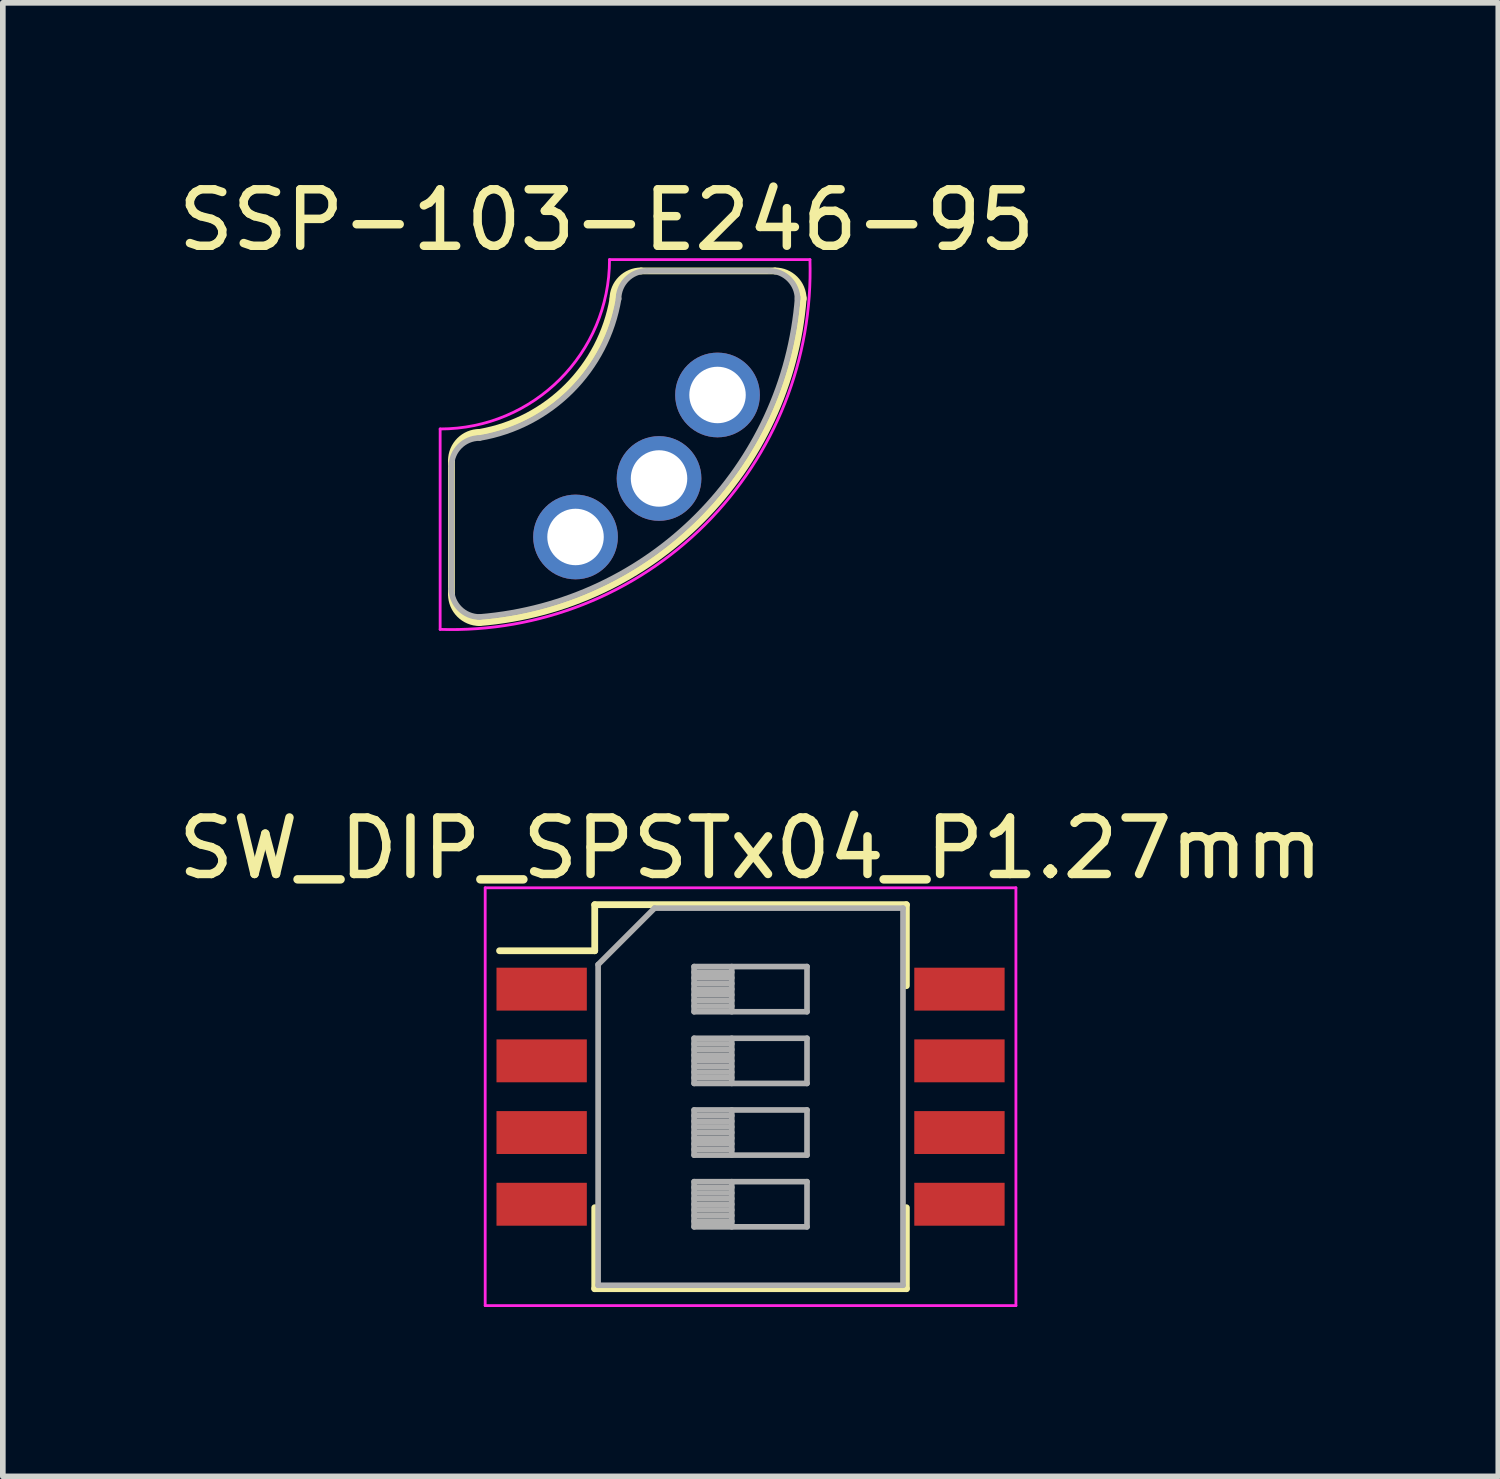
<source format=kicad_pcb>
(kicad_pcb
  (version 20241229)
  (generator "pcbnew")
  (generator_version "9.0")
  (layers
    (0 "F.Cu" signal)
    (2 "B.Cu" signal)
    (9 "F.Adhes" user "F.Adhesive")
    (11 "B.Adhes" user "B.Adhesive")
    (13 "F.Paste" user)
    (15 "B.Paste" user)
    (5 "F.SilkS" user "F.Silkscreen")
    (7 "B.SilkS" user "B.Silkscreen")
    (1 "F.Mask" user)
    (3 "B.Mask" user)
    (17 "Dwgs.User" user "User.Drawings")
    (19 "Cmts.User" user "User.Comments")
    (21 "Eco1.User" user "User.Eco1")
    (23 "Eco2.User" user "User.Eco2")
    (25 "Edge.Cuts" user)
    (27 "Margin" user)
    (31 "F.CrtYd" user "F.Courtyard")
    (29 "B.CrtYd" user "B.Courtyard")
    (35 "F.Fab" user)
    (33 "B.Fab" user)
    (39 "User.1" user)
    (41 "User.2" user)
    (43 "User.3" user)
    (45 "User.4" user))
  (footprint "SSP-103-E246-95"
    (layer "F.Cu")
    (at 4.946 1.748)
    (property "Reference" "SSP-103-E246-95" (at 2.75 -0.9 0) (layer "F.SilkS") (effects (font (size 1 1) (thickness 0.15))))
    (attr through_hole)
    (fp_line (start 0 3.36) (end 0 5.73) (stroke (width 0.12) (type solid)) (layer "F.SilkS"))
    (fp_line (start 5.73 0) (end 3.36 0) (stroke (width 0.12) (type solid)) (layer "F.SilkS"))
    (fp_arc (start 0 3.36) (mid 0.146447 3.006447) (end 0.5 2.86) (stroke (width 0.12) (type solid)) (layer "F.SilkS"))
    (fp_arc (start 0.5 6.23) (mid 0.146447 6.083553) (end 0 5.73) (stroke (width 0.12) (type solid)) (layer "F.SilkS"))
    (fp_arc (start 2.86 0.5) (mid 3.006447 0.146447) (end 3.36 0) (stroke (width 0.12) (type solid)) (layer "F.SilkS"))
    (fp_arc (start 2.86201 0.488363) (mid 2.057169 2.048818) (end 0.5 2.86) (stroke (width 0.12) (type solid)) (layer "F.SilkS"))
    (fp_arc (start 5.73 0) (mid 6.083553 0.146447) (end 6.23 0.5) (stroke (width 0.12) (type solid)) (layer "F.SilkS"))
    (fp_arc (start 6.231516 0.480743) (mid 4.426264 4.412606) (end 0.5 6.23) (stroke (width 0.12) (type solid)) (layer "F.SilkS"))
    (fp_line (start -0.2 2.8) (end -0.2 6.35) (stroke (width 0.05) (type solid)) (layer "F.CrtYd"))
    (fp_line (start 2.8 -0.2) (end 6.35 -0.2) (stroke (width 0.05) (type solid)) (layer "F.CrtYd"))
    (fp_arc (start 2.8 -0.2) (mid 1.92132 1.92132) (end -0.2 2.8) (stroke (width 0.05) (type solid)) (layer "F.CrtYd"))
    (fp_arc (start 6.350027 -0.199115) (mid 4.492041 4.492667) (end -0.199999 6.349999) (stroke (width 0.05) (type solid)) (layer "F.CrtYd"))
    (fp_line (start 0 3.46) (end 0 5.63) (stroke (width 0.1) (type solid)) (layer "F.Fab"))
    (fp_line (start 3.46 0) (end 5.63 0) (stroke (width 0.1) (type solid)) (layer "F.Fab"))
    (fp_arc (start 0 3.46) (mid 0.146447 3.106447) (end 0.5 2.96) (stroke (width 0.1) (type solid)) (layer "F.Fab"))
    (fp_arc (start 0.5 6.13) (mid 0.146447 5.983553) (end 0 5.63) (stroke (width 0.1) (type solid)) (layer "F.Fab"))
    (fp_arc (start 2.96 0.5) (mid 3.106447 0.146447) (end 3.46 0) (stroke (width 0.1) (type solid)) (layer "F.Fab"))
    (fp_arc (start 2.961519 0.490922) (mid 2.125939 2.11943) (end 0.5 2.96) (stroke (width 0.1) (type solid)) (layer "F.Fab"))
    (fp_arc (start 5.63 0) (mid 5.983553 0.146447) (end 6.13 0.5) (stroke (width 0.1) (type solid)) (layer "F.Fab"))
    (fp_arc (start 6.132747 0.465099) (mid 4.36132 4.336565) (end 0.5 6.13) (stroke (width 0.1) (type solid)) (layer "F.Fab"))
    (pad "1" thru_hole circle (at 4.713 2.198) (size 1.5 1.5) (drill 1) (layers "*.Cu" "*.Mask"))
    (pad "2" thru_hole circle (at 3.677 3.677 90) (size 1.5 1.5) (drill 1) (layers "*.Cu" "*.Mask"))
    (pad "3" thru_hole circle (at 2.198 4.713) (size 1.5 1.5) (drill 1) (layers "*.Cu" "*.Mask")))
  (footprint "SW_DIP_SPSTx04_P1.27mm"
    (layer "F.Cu")
    (at 10.244 16.375)
    (property "Reference" "SW_DIP_SPSTx04_P1.27mm" (at 0 -4.4 0) (layer "F.SilkS") (effects (font (size 1 1) (thickness 0.15))))
    (attr smd)
    (fp_line (start -4.446 -2.585) (end -2.76 -2.585) (stroke (width 0.12) (type solid)) (layer "F.SilkS"))
    (fp_line (start -2.76 -3.401) (end -2.76 -2.585) (stroke (width 0.12) (type solid)) (layer "F.SilkS"))
    (fp_line (start -2.76 -3.401) (end 2.76 -3.401) (stroke (width 0.12) (type solid)) (layer "F.SilkS"))
    (fp_line (start -2.76 1.966) (end -2.76 3.401) (stroke (width 0.12) (type solid)) (layer "F.SilkS"))
    (fp_line (start -2.76 3.401) (end 2.76 3.401) (stroke (width 0.12) (type solid)) (layer "F.SilkS"))
    (fp_line (start 2.76 -3.401) (end 2.76 -1.966) (stroke (width 0.12) (type solid)) (layer "F.SilkS"))
    (fp_line (start 2.76 1.966) (end 2.76 3.401) (stroke (width 0.12) (type solid)) (layer "F.SilkS"))
    (fp_line (start -4.7 -3.7) (end -4.7 3.7) (stroke (width 0.05) (type solid)) (layer "F.CrtYd"))
    (fp_line (start -4.7 3.7) (end 4.7 3.7) (stroke (width 0.05) (type solid)) (layer "F.CrtYd"))
    (fp_line (start 4.7 -3.7) (end -4.7 -3.7) (stroke (width 0.05) (type solid)) (layer "F.CrtYd"))
    (fp_line (start 4.7 3.7) (end 4.7 -3.7) (stroke (width 0.05) (type solid)) (layer "F.CrtYd"))
    (fp_line (start -2.7 -2.34) (end -1.7 -3.34) (stroke (width 0.1) (type solid)) (layer "F.Fab"))
    (fp_line (start -2.7 3.34) (end -2.7 -2.34) (stroke (width 0.1) (type solid)) (layer "F.Fab"))
    (fp_line (start -1.7 -3.34) (end 2.7 -3.34) (stroke (width 0.1) (type solid)) (layer "F.Fab"))
    (fp_line (start -1 -2.305) (end -1 -1.505) (stroke (width 0.1) (type solid)) (layer "F.Fab"))
    (fp_line (start -1 -2.205) (end -0.333 -2.205) (stroke (width 0.1) (type solid)) (layer "F.Fab"))
    (fp_line (start -1 -2.105) (end -0.333 -2.105) (stroke (width 0.1) (type solid)) (layer "F.Fab"))
    (fp_line (start -1 -2.005) (end -0.333 -2.005) (stroke (width 0.1) (type solid)) (layer "F.Fab"))
    (fp_line (start -1 -1.905) (end -0.333 -1.905) (stroke (width 0.1) (type solid)) (layer "F.Fab"))
    (fp_line (start -1 -1.805) (end -0.333 -1.805) (stroke (width 0.1) (type solid)) (layer "F.Fab"))
    (fp_line (start -1 -1.705) (end -0.333 -1.705) (stroke (width 0.1) (type solid)) (layer "F.Fab"))
    (fp_line (start -1 -1.605) (end -0.333 -1.605) (stroke (width 0.1) (type solid)) (layer "F.Fab"))
    (fp_line (start -1 -1.505) (end 1 -1.505) (stroke (width 0.1) (type solid)) (layer "F.Fab"))
    (fp_line (start -1 -1.035) (end -1 -0.235) (stroke (width 0.1) (type solid)) (layer "F.Fab"))
    (fp_line (start -1 -0.935) (end -0.333 -0.935) (stroke (width 0.1) (type solid)) (layer "F.Fab"))
    (fp_line (start -1 -0.835) (end -0.333 -0.835) (stroke (width 0.1) (type solid)) (layer "F.Fab"))
    (fp_line (start -1 -0.735) (end -0.333 -0.735) (stroke (width 0.1) (type solid)) (layer "F.Fab"))
    (fp_line (start -1 -0.635) (end -0.333 -0.635) (stroke (width 0.1) (type solid)) (layer "F.Fab"))
    (fp_line (start -1 -0.535) (end -0.333 -0.535) (stroke (width 0.1) (type solid)) (layer "F.Fab"))
    (fp_line (start -1 -0.435) (end -0.333 -0.435) (stroke (width 0.1) (type solid)) (layer "F.Fab"))
    (fp_line (start -1 -0.335) (end -0.333 -0.335) (stroke (width 0.1) (type solid)) (layer "F.Fab"))
    (fp_line (start -1 -0.235) (end 1 -0.235) (stroke (width 0.1) (type solid)) (layer "F.Fab"))
    (fp_line (start -1 0.235) (end -1 1.035) (stroke (width 0.1) (type solid)) (layer "F.Fab"))
    (fp_line (start -1 0.335) (end -0.333 0.335) (stroke (width 0.1) (type solid)) (layer "F.Fab"))
    (fp_line (start -1 0.435) (end -0.333 0.435) (stroke (width 0.1) (type solid)) (layer "F.Fab"))
    (fp_line (start -1 0.535) (end -0.333 0.535) (stroke (width 0.1) (type solid)) (layer "F.Fab"))
    (fp_line (start -1 0.635) (end -0.333 0.635) (stroke (width 0.1) (type solid)) (layer "F.Fab"))
    (fp_line (start -1 0.735) (end -0.333 0.735) (stroke (width 0.1) (type solid)) (layer "F.Fab"))
    (fp_line (start -1 0.835) (end -0.333 0.835) (stroke (width 0.1) (type solid)) (layer "F.Fab"))
    (fp_line (start -1 0.935) (end -0.333 0.935) (stroke (width 0.1) (type solid)) (layer "F.Fab"))
    (fp_line (start -1 1.035) (end 1 1.035) (stroke (width 0.1) (type solid)) (layer "F.Fab"))
    (fp_line (start -1 1.505) (end -1 2.305) (stroke (width 0.1) (type solid)) (layer "F.Fab"))
    (fp_line (start -1 1.605) (end -0.333 1.605) (stroke (width 0.1) (type solid)) (layer "F.Fab"))
    (fp_line (start -1 1.705) (end -0.333 1.705) (stroke (width 0.1) (type solid)) (layer "F.Fab"))
    (fp_line (start -1 1.805) (end -0.333 1.805) (stroke (width 0.1) (type solid)) (layer "F.Fab"))
    (fp_line (start -1 1.905) (end -0.333 1.905) (stroke (width 0.1) (type solid)) (layer "F.Fab"))
    (fp_line (start -1 2.005) (end -0.333 2.005) (stroke (width 0.1) (type solid)) (layer "F.Fab"))
    (fp_line (start -1 2.105) (end -0.333 2.105) (stroke (width 0.1) (type solid)) (layer "F.Fab"))
    (fp_line (start -1 2.205) (end -0.333 2.205) (stroke (width 0.1) (type solid)) (layer "F.Fab"))
    (fp_line (start -1 2.305) (end 1 2.305) (stroke (width 0.1) (type solid)) (layer "F.Fab"))
    (fp_line (start -0.333 -2.305) (end -0.333 -1.505) (stroke (width 0.1) (type solid)) (layer "F.Fab"))
    (fp_line (start -0.333 -1.035) (end -0.333 -0.235) (stroke (width 0.1) (type solid)) (layer "F.Fab"))
    (fp_line (start -0.333 0.235) (end -0.333 1.035) (stroke (width 0.1) (type solid)) (layer "F.Fab"))
    (fp_line (start -0.333 1.505) (end -0.333 2.305) (stroke (width 0.1) (type solid)) (layer "F.Fab"))
    (fp_line (start 1 -2.305) (end -1 -2.305) (stroke (width 0.1) (type solid)) (layer "F.Fab"))
    (fp_line (start 1 -1.505) (end 1 -2.305) (stroke (width 0.1) (type solid)) (layer "F.Fab"))
    (fp_line (start 1 -1.035) (end -1 -1.035) (stroke (width 0.1) (type solid)) (layer "F.Fab"))
    (fp_line (start 1 -0.235) (end 1 -1.035) (stroke (width 0.1) (type solid)) (layer "F.Fab"))
    (fp_line (start 1 0.235) (end -1 0.235) (stroke (width 0.1) (type solid)) (layer "F.Fab"))
    (fp_line (start 1 1.035) (end 1 0.235) (stroke (width 0.1) (type solid)) (layer "F.Fab"))
    (fp_line (start 1 1.505) (end -1 1.505) (stroke (width 0.1) (type solid)) (layer "F.Fab"))
    (fp_line (start 1 2.305) (end 1 1.505) (stroke (width 0.1) (type solid)) (layer "F.Fab"))
    (fp_line (start 2.7 -3.34) (end 2.7 3.34) (stroke (width 0.1) (type solid)) (layer "F.Fab"))
    (fp_line (start 2.7 3.34) (end -2.7 3.34) (stroke (width 0.1) (type solid)) (layer "F.Fab"))
    (pad "1" smd rect (at -3.7 -1.905) (size 1.6 0.76) (layers "F.Cu" "F.Mask" "F.Paste"))
    (pad "2" smd rect (at -3.7 -0.635) (size 1.6 0.76) (layers "F.Cu" "F.Mask" "F.Paste"))
    (pad "3" smd rect (at -3.7 0.635) (size 1.6 0.76) (layers "F.Cu" "F.Mask" "F.Paste"))
    (pad "4" smd rect (at -3.7 1.905) (size 1.6 0.76) (layers "F.Cu" "F.Mask" "F.Paste"))
    (pad "5" smd rect (at 3.7 1.905) (size 1.6 0.76) (layers "F.Cu" "F.Mask" "F.Paste"))
    (pad "6" smd rect (at 3.7 0.635) (size 1.6 0.76) (layers "F.Cu" "F.Mask" "F.Paste"))
    (pad "7" smd rect (at 3.7 -0.635) (size 1.6 0.76) (layers "F.Cu" "F.Mask" "F.Paste"))
    (pad "8" smd rect (at 3.7 -1.905) (size 1.6 0.76) (layers "F.Cu" "F.Mask" "F.Paste")))
  (gr_rect
    (start -3 -3)
    (end 23.488 23.1)
    (stroke (width 0.1) (type default))
    (fill no)
    (layer "Edge.Cuts")))
</source>
